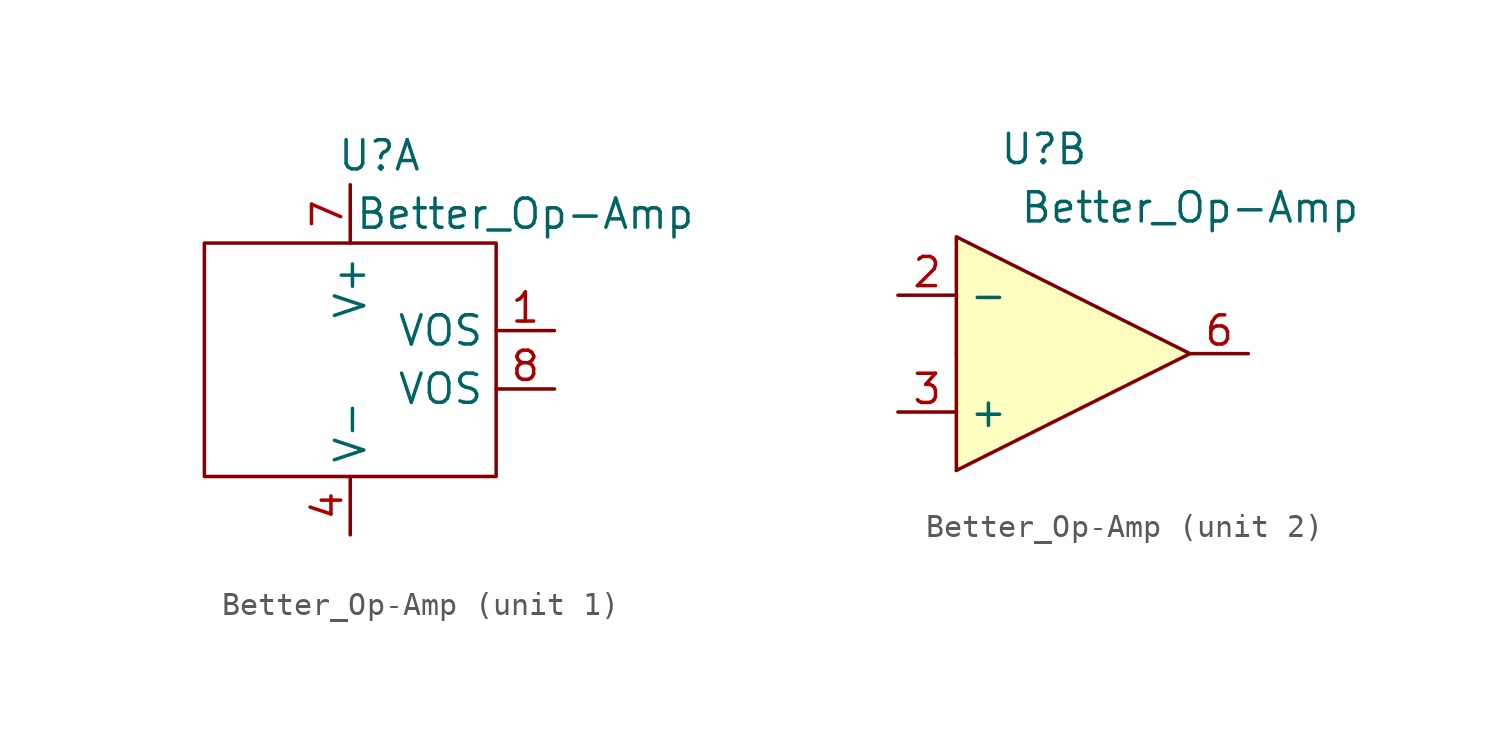
<source format=kicad_sym>
(kicad_symbol_lib
  (version 20211014)
  (generator kicad_symbol_editor)
  (symbol "Better_Op-Amp"
    (property "Reference" "U"
      (at 1.27 8.89 0)
      (effects (font (size 1.27 1.27))))
    (property "Value" "Better_Op-Amp"
      (at 7.62 6.35 0)
      (effects (font (size 1.27 1.27))))
    (property "ki_locked" ""
      (at 0 0 0)
      (effects (font (size 1.27 1.27))))
    (symbol "Better_Op-Amp_1_1"
      (rectangle (start -6.35 5.08) (end 6.35 -5.08) (stroke (width 0.152) (type default) (color 0 0 0 0)) (fill (type none)))
      (pin input line (at 8.89 1.27 180) (length 2.54) (name "VOS" (effects (font (size 1.27 1.27)))) (number "1" (effects (font (size 1.27 1.27)))))
      (pin power_in line (at 0 -7.62 90) (length 2.54) (name "V-" (effects (font (size 1.27 1.27)))) (number "4" (effects (font (size 1.27 1.27)))))
      (pin no_connect line (at -8.89 0 0) (length 2.54) hide (name "NC" (effects (font (size 1.27 1.27)))) (number "5" (effects (font (size 1.27 1.27)))))
      (pin power_in line (at 0 7.62 270) (length 2.54) (name "V+" (effects (font (size 1.27 1.27)))) (number "7" (effects (font (size 1.27 1.27)))))
      (pin input line (at 8.89 -1.27 180) (length 2.54) (name "VOS" (effects (font (size 1.27 1.27)))) (number "8" (effects (font (size 1.27 1.27))))))
    (symbol "Better_Op-Amp_2_1"
      (polyline (pts (xy -2.54 -5.08) (xy -2.54 0)) (stroke (width 0.152) (type default) (color 0 0 0 0)) (fill (type background)))
      (polyline (pts (xy -2.54 0) (xy -2.54 5.08) (xy 7.62 0) (xy -2.54 -5.08)) (stroke (width 0.152) (type default) (color 0 0 0 0)) (fill (type background)))
      (pin input line (at -5.08 2.54 0) (length 2.54) (name "-" (effects (font (size 1.27 1.27)))) (number "2" (effects (font (size 1.27 1.27)))))
      (pin input line (at -5.08 -2.54 0) (length 2.54) (name "+" (effects (font (size 1.27 1.27)))) (number "3" (effects (font (size 1.27 1.27)))))
      (pin output line (at 10.16 0 180) (length 2.54) (name "" (effects (font (size 1.27 1.27)))) (number "6" (effects (font (size 1.27 1.27))))))))
</source>
